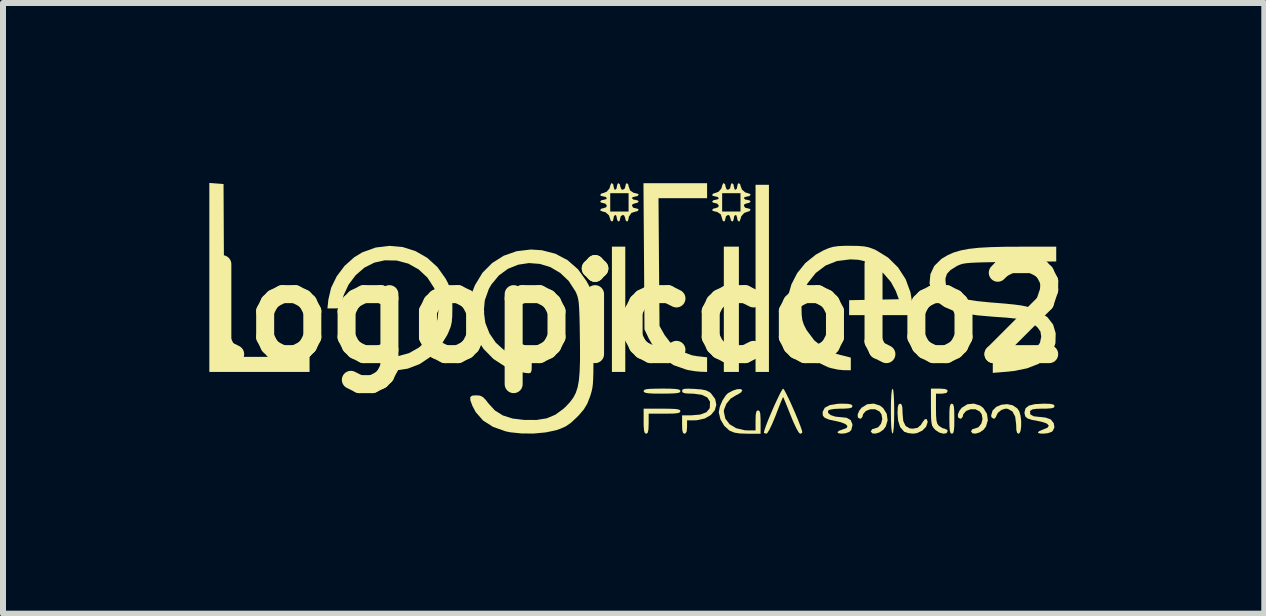
<source format=kicad_pcb>
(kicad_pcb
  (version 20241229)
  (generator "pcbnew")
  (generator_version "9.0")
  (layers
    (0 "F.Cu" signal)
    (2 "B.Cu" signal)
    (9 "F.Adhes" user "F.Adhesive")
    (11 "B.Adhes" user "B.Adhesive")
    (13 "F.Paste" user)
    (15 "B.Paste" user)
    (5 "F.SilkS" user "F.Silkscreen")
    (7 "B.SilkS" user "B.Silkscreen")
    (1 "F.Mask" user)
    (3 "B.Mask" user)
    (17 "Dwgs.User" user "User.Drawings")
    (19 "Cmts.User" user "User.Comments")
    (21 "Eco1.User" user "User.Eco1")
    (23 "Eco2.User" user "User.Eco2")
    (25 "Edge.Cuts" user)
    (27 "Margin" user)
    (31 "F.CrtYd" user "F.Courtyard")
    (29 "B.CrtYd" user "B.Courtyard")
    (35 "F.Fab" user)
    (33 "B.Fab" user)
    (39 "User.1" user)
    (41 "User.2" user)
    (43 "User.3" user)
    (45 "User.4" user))
  (footprint "logopiccolo2"
    (layer "F.Cu")
    (at 7.514 2.176)
    (property "Reference" "logopiccolo2" (at 0 0 0) (layer "F.SilkS") (effects (font (size 1.5 1.5) (thickness 0.3))))
    (attr board_only exclude_from_pos_files exclude_from_bom)
    (fp_poly (pts (xy -0.139 -0.07) (xy -0.139 0.975) (xy -0.251 0.975) (xy -0.362 0.975) (xy -0.362 -0.07) (xy -0.362 -1.114) (xy -0.251 -1.114) (xy -0.139 -1.114)) (stroke (width 0) (type solid)) (fill yes) (layer "F.SilkS"))
    (fp_poly (pts (xy 1.755 -0.07) (xy 1.755 0.975) (xy 1.629 0.975) (xy 1.504 0.975) (xy 1.504 -0.07) (xy 1.504 -1.114) (xy 1.629 -1.114) (xy 1.755 -1.114)) (stroke (width 0) (type solid)) (fill yes) (layer "F.SilkS"))
    (fp_poly (pts (xy 2.256 -0.585) (xy 2.256 0.975) (xy 2.145 0.975) (xy 2.033 0.975) (xy 2.033 -0.585) (xy 2.033 -2.145) (xy 2.145 -2.145) (xy 2.256 -2.145)) (stroke (width 0) (type solid)) (fill yes) (layer "F.SilkS"))
    (fp_poly (pts (xy -6.956 -2.167) (xy -6.837 -2.158) (xy -6.83 -0.717) (xy -6.823 0.724) (xy -6.113 0.724) (xy -5.403 0.724) (xy -5.403 0.849) (xy -5.403 0.975) (xy -6.239 0.975) (xy -7.074 0.975) (xy -7.074 -0.6) (xy -7.074 -2.176)) (stroke (width 0) (type solid)) (fill yes) (layer "F.SilkS"))
    (fp_poly (pts (xy 4.329 1.28) (xy 4.337 1.357) (xy 4.343 1.479) (xy 4.345 1.629) (xy 4.343 1.788) (xy 4.337 1.907) (xy 4.328 1.981) (xy 4.317 2.005) (xy 4.305 1.978) (xy 4.296 1.901) (xy 4.291 1.779) (xy 4.289 1.629) (xy 4.291 1.47) (xy 4.297 1.351) (xy 4.306 1.277) (xy 4.317 1.253)) (stroke (width 0) (type solid)) (fill yes) (layer "F.SilkS"))
    (fp_poly (pts (xy 0.611 1.254) (xy 0.701 1.259) (xy 0.753 1.268) (xy 0.776 1.282) (xy 0.78 1.295) (xy 0.771 1.314) (xy 0.739 1.326) (xy 0.675 1.333) (xy 0.569 1.336) (xy 0.473 1.337) (xy 0.336 1.336) (xy 0.246 1.331) (xy 0.194 1.322) (xy 0.171 1.308) (xy 0.167 1.295) (xy 0.176 1.276) (xy 0.208 1.264) (xy 0.272 1.257) (xy 0.378 1.254) (xy 0.473 1.253)) (stroke (width 0) (type solid)) (fill yes) (layer "F.SilkS"))
    (fp_poly (pts (xy 5.326 1.514) (xy 5.339 1.549) (xy 5.345 1.62) (xy 5.347 1.736) (xy 5.347 1.755) (xy 5.346 1.877) (xy 5.34 1.953) (xy 5.328 1.993) (xy 5.309 2.005) (xy 5.306 2.005) (xy 5.285 1.995) (xy 5.273 1.96) (xy 5.266 1.889) (xy 5.264 1.773) (xy 5.264 1.755) (xy 5.265 1.632) (xy 5.271 1.556) (xy 5.283 1.517) (xy 5.303 1.504) (xy 5.306 1.504)) (stroke (width 0) (type solid)) (fill yes) (layer "F.SilkS"))
    (fp_poly (pts (xy 0.611 1.589) (xy 0.701 1.593) (xy 0.753 1.602) (xy 0.776 1.616) (xy 0.78 1.629) (xy 0.77 1.649) (xy 0.736 1.662) (xy 0.667 1.669) (xy 0.554 1.671) (xy 0.515 1.671) (xy 0.251 1.671) (xy 0.251 1.838) (xy 0.247 1.935) (xy 0.236 1.987) (xy 0.214 2.005) (xy 0.209 2.005) (xy 0.187 1.994) (xy 0.174 1.955) (xy 0.168 1.877) (xy 0.167 1.796) (xy 0.167 1.587) (xy 0.473 1.587)) (stroke (width 0) (type solid)) (fill yes) (layer "F.SilkS"))
    (fp_poly (pts (xy 1.225 -2.047) (xy 1.225 -1.922) (xy 0.82 -1.922) (xy 0.415 -1.922) (xy 0.423 -0.856) (xy 0.432 0.209) (xy 0.518 0.362) (xy 0.634 0.514) (xy 0.787 0.628) (xy 0.97 0.697) (xy 1.063 0.713) (xy 1.225 0.731) (xy 1.225 0.853) (xy 1.225 0.975) (xy 1.121 0.972) (xy 1.03 0.964) (xy 0.92 0.946) (xy 0.874 0.935) (xy 0.664 0.861) (xy 0.491 0.745) (xy 0.349 0.585) (xy 0.253 0.418) (xy 0.181 0.265) (xy 0.173 -0.954) (xy 0.164 -2.172) (xy 0.695 -2.172) (xy 1.225 -2.172)) (stroke (width 0) (type solid)) (fill yes) (layer "F.SilkS"))
    (fp_poly (pts (xy 6.32 1.531) (xy 6.396 1.582) (xy 6.43 1.632) (xy 6.451 1.706) (xy 6.462 1.795) (xy 6.461 1.886) (xy 6.451 1.96) (xy 6.43 2.001) (xy 6.42 2.005) (xy 6.394 1.992) (xy 6.381 1.943) (xy 6.378 1.852) (xy 6.362 1.721) (xy 6.315 1.633) (xy 6.239 1.591) (xy 6.201 1.587) (xy 6.134 1.608) (xy 6.074 1.656) (xy 6.044 1.714) (xy 6.044 1.722) (xy 6.021 1.751) (xy 6.002 1.755) (xy 5.967 1.732) (xy 5.96 1.705) (xy 5.984 1.62) (xy 6.045 1.558) (xy 6.131 1.522) (xy 6.227 1.512)) (stroke (width 0) (type solid)) (fill yes) (layer "F.SilkS"))
    (fp_poly (pts (xy 4.467 1.517) (xy 4.48 1.563) (xy 4.484 1.653) (xy 4.484 1.667) (xy 4.496 1.795) (xy 4.535 1.876) (xy 4.602 1.916) (xy 4.653 1.921) (xy 4.734 1.907) (xy 4.79 1.858) (xy 4.815 1.817) (xy 4.854 1.765) (xy 4.886 1.76) (xy 4.902 1.803) (xy 4.902 1.812) (xy 4.877 1.889) (xy 4.811 1.955) (xy 4.722 1.996) (xy 4.659 2.004) (xy 4.578 1.995) (xy 4.515 1.974) (xy 4.509 1.97) (xy 4.444 1.894) (xy 4.409 1.785) (xy 4.4 1.659) (xy 4.404 1.566) (xy 4.417 1.518) (xy 4.442 1.504) (xy 4.442 1.504)) (stroke (width 0) (type solid)) (fill yes) (layer "F.SilkS"))
    (fp_poly (pts (xy 5.184 1.258) (xy 5.227 1.273) (xy 5.236 1.295) (xy 5.215 1.326) (xy 5.147 1.337) (xy 5.138 1.337) (xy 5.041 1.337) (xy 5.041 1.583) (xy 5.043 1.708) (xy 5.05 1.79) (xy 5.065 1.841) (xy 5.09 1.874) (xy 5.092 1.876) (xy 5.15 1.912) (xy 5.189 1.922) (xy 5.229 1.942) (xy 5.236 1.963) (xy 5.215 1.998) (xy 5.163 2.004) (xy 5.097 1.986) (xy 5.033 1.944) (xy 5.026 1.937) (xy 4.996 1.903) (xy 4.976 1.867) (xy 4.965 1.814) (xy 4.959 1.735) (xy 4.958 1.617) (xy 4.957 1.561) (xy 4.957 1.253) (xy 5.097 1.253)) (stroke (width 0) (type solid)) (fill yes) (layer "F.SilkS"))
    (fp_poly (pts (xy 4.107 1.536) (xy 4.16 1.577) (xy 4.22 1.673) (xy 4.235 1.781) (xy 4.204 1.885) (xy 4.165 1.937) (xy 4.102 1.982) (xy 4.035 2.003) (xy 3.981 2) (xy 3.955 1.969) (xy 3.955 1.963) (xy 3.978 1.929) (xy 4.006 1.922) (xy 4.077 1.898) (xy 4.125 1.839) (xy 4.146 1.761) (xy 4.133 1.682) (xy 4.099 1.634) (xy 4.027 1.597) (xy 3.946 1.597) (xy 3.872 1.626) (xy 3.825 1.68) (xy 3.816 1.722) (xy 3.793 1.751) (xy 3.774 1.755) (xy 3.739 1.735) (xy 3.735 1.686) (xy 3.761 1.623) (xy 3.8 1.572) (xy 3.894 1.514) (xy 4.002 1.503)) (stroke (width 0) (type solid)) (fill yes) (layer "F.SilkS"))
    (fp_poly (pts (xy 5.778 1.536) (xy 5.831 1.577) (xy 5.891 1.673) (xy 5.906 1.781) (xy 5.875 1.885) (xy 5.836 1.937) (xy 5.773 1.982) (xy 5.706 2.003) (xy 5.652 2) (xy 5.626 1.969) (xy 5.626 1.963) (xy 5.649 1.929) (xy 5.677 1.922) (xy 5.748 1.898) (xy 5.796 1.839) (xy 5.817 1.761) (xy 5.804 1.682) (xy 5.77 1.634) (xy 5.698 1.597) (xy 5.617 1.597) (xy 5.543 1.626) (xy 5.496 1.68) (xy 5.487 1.722) (xy 5.464 1.751) (xy 5.445 1.755) (xy 5.41 1.735) (xy 5.406 1.686) (xy 5.432 1.623) (xy 5.471 1.572) (xy 5.565 1.514) (xy 5.673 1.503)) (stroke (width 0) (type solid)) (fill yes) (layer "F.SilkS"))
    (fp_poly (pts (xy 1.015 1.258) (xy 1.131 1.267) (xy 1.208 1.283) (xy 1.263 1.31) (xy 1.291 1.333) (xy 1.36 1.427) (xy 1.379 1.523) (xy 1.353 1.615) (xy 1.288 1.693) (xy 1.187 1.751) (xy 1.057 1.78) (xy 1.01 1.782) (xy 0.891 1.782) (xy 0.891 1.894) (xy 0.884 1.971) (xy 0.861 2.003) (xy 0.849 2.005) (xy 0.824 1.992) (xy 0.811 1.943) (xy 0.808 1.852) (xy 0.808 1.699) (xy 0.96 1.699) (xy 1.109 1.686) (xy 1.212 1.648) (xy 1.266 1.585) (xy 1.27 1.571) (xy 1.274 1.472) (xy 1.229 1.401) (xy 1.136 1.356) (xy 0.994 1.337) (xy 0.96 1.337) (xy 0.869 1.333) (xy 0.822 1.321) (xy 0.808 1.296) (xy 0.808 1.292) (xy 0.815 1.269) (xy 0.846 1.257) (xy 0.91 1.254)) (stroke (width 0) (type solid)) (fill yes) (layer "F.SilkS"))
    (fp_poly (pts (xy 2.512 1.277) (xy 2.547 1.342) (xy 2.593 1.436) (xy 2.644 1.548) (xy 2.696 1.667) (xy 2.744 1.782) (xy 2.782 1.881) (xy 2.807 1.954) (xy 2.813 1.984) (xy 2.791 2.003) (xy 2.775 2.005) (xy 2.75 1.98) (xy 2.711 1.911) (xy 2.662 1.806) (xy 2.618 1.699) (xy 2.571 1.58) (xy 2.531 1.482) (xy 2.504 1.416) (xy 2.492 1.393) (xy 2.481 1.417) (xy 2.453 1.483) (xy 2.414 1.581) (xy 2.369 1.699) (xy 2.312 1.837) (xy 2.264 1.938) (xy 2.228 1.995) (xy 2.212 2.005) (xy 2.176 1.993) (xy 2.172 1.984) (xy 2.183 1.94) (xy 2.211 1.86) (xy 2.252 1.756) (xy 2.301 1.64) (xy 2.353 1.521) (xy 2.404 1.412) (xy 2.447 1.324) (xy 2.479 1.268) (xy 2.493 1.253)) (stroke (width 0) (type solid)) (fill yes) (layer "F.SilkS"))
    (fp_poly (pts (xy 1.812 1.282) (xy 1.792 1.316) (xy 1.733 1.353) (xy 1.711 1.362) (xy 1.618 1.419) (xy 1.546 1.507) (xy 1.507 1.606) (xy 1.504 1.638) (xy 1.529 1.753) (xy 1.6 1.847) (xy 1.709 1.913) (xy 1.849 1.947) (xy 1.905 1.95) (xy 2.033 1.95) (xy 2.033 1.782) (xy 2.036 1.685) (xy 2.048 1.633) (xy 2.07 1.616) (xy 2.075 1.615) (xy 2.098 1.627) (xy 2.111 1.668) (xy 2.116 1.749) (xy 2.117 1.81) (xy 2.117 2.005) (xy 1.901 2.005) (xy 1.772 2.001) (xy 1.681 1.987) (xy 1.61 1.959) (xy 1.593 1.949) (xy 1.509 1.871) (xy 1.447 1.764) (xy 1.421 1.653) (xy 1.42 1.645) (xy 1.438 1.552) (xy 1.482 1.449) (xy 1.54 1.362) (xy 1.574 1.329) (xy 1.653 1.287) (xy 1.726 1.263) (xy 1.79 1.261)) (stroke (width 0) (type solid)) (fill yes) (layer "F.SilkS"))
    (fp_poly (pts (xy 3.574 1.507) (xy 3.628 1.518) (xy 3.648 1.538) (xy 3.648 1.546) (xy 3.637 1.569) (xy 3.595 1.581) (xy 3.514 1.587) (xy 3.455 1.587) (xy 3.345 1.592) (xy 3.27 1.605) (xy 3.242 1.62) (xy 3.243 1.659) (xy 3.287 1.695) (xy 3.362 1.72) (xy 3.433 1.727) (xy 3.549 1.739) (xy 3.619 1.778) (xy 3.647 1.845) (xy 3.648 1.866) (xy 3.629 1.944) (xy 3.595 1.976) (xy 3.533 1.998) (xy 3.465 2.004) (xy 3.414 1.997) (xy 3.398 1.98) (xy 3.422 1.957) (xy 3.48 1.936) (xy 3.483 1.935) (xy 3.55 1.91) (xy 3.566 1.879) (xy 3.533 1.845) (xy 3.456 1.814) (xy 3.376 1.795) (xy 3.259 1.77) (xy 3.188 1.741) (xy 3.155 1.704) (xy 3.151 1.65) (xy 3.152 1.64) (xy 3.187 1.572) (xy 3.272 1.528) (xy 3.406 1.506) (xy 3.474 1.504)) (stroke (width 0) (type solid)) (fill yes) (layer "F.SilkS"))
    (fp_poly (pts (xy 6.94 1.507) (xy 6.996 1.517) (xy 7.017 1.537) (xy 7.018 1.546) (xy 7.007 1.568) (xy 6.966 1.581) (xy 6.885 1.587) (xy 6.823 1.587) (xy 6.714 1.59) (xy 6.649 1.6) (xy 6.616 1.62) (xy 6.61 1.632) (xy 6.613 1.682) (xy 6.668 1.714) (xy 6.771 1.726) (xy 6.782 1.726) (xy 6.872 1.737) (xy 6.947 1.764) (xy 6.957 1.77) (xy 7.005 1.83) (xy 7.016 1.9) (xy 6.987 1.96) (xy 6.965 1.976) (xy 6.907 1.996) (xy 6.836 2.004) (xy 6.774 2.002) (xy 6.741 1.988) (xy 6.74 1.983) (xy 6.764 1.961) (xy 6.822 1.937) (xy 6.83 1.934) (xy 6.903 1.903) (xy 6.922 1.869) (xy 6.89 1.836) (xy 6.807 1.807) (xy 6.754 1.796) (xy 6.638 1.774) (xy 6.567 1.75) (xy 6.531 1.718) (xy 6.518 1.67) (xy 6.517 1.646) (xy 6.535 1.58) (xy 6.591 1.536) (xy 6.691 1.512) (xy 6.839 1.504)) (stroke (width 0) (type solid)) (fill yes) (layer "F.SilkS"))
    (fp_poly (pts (xy -3.849 -1.107) (xy -3.636 -1.039) (xy -3.441 -0.927) (xy -3.271 -0.773) (xy -3.134 -0.58) (xy -3.096 -0.507) (xy -3.06 -0.421) (xy -3.037 -0.342) (xy -3.026 -0.251) (xy -3.022 -0.129) (xy -3.022 -0.084) (xy -3.024 0.048) (xy -3.032 0.143) (xy -3.05 0.222) (xy -3.082 0.303) (xy -3.109 0.362) (xy -3.231 0.56) (xy -3.386 0.723) (xy -3.567 0.844) (xy -3.766 0.92) (xy -3.904 0.942) (xy -4.066 0.954) (xy -4.066 0.843) (xy -4.064 0.774) (xy -4.046 0.74) (xy -3.998 0.723) (xy -3.941 0.715) (xy -3.745 0.662) (xy -3.576 0.566) (xy -3.438 0.435) (xy -3.334 0.276) (xy -3.27 0.097) (xy -3.249 -0.093) (xy -3.276 -0.288) (xy -3.325 -0.423) (xy -3.437 -0.597) (xy -3.584 -0.734) (xy -3.757 -0.831) (xy -3.949 -0.882) (xy -4.15 -0.886) (xy -4.324 -0.847) (xy -4.488 -0.764) (xy -4.634 -0.638) (xy -4.752 -0.481) (xy -4.834 -0.305) (xy -4.859 -0.202) (xy -4.874 -0.128) (xy -4.898 -0.094) (xy -4.948 -0.084) (xy -4.992 -0.084) (xy -5.105 -0.084) (xy -5.089 -0.234) (xy -5.043 -0.429) (xy -4.95 -0.619) (xy -4.82 -0.792) (xy -4.66 -0.936) (xy -4.525 -1.018) (xy -4.301 -1.099) (xy -4.073 -1.127)) (stroke (width 0) (type solid)) (fill yes) (layer "F.SilkS"))
    (fp_poly (pts (xy 3.744 -1.126) (xy 3.843 -1.118) (xy 3.922 -1.102) (xy 3.999 -1.074) (xy 4.045 -1.053) (xy 4.244 -0.93) (xy 4.409 -0.767) (xy 4.535 -0.572) (xy 4.616 -0.352) (xy 4.644 -0.178) (xy 4.659 0.028) (xy 4.126 0.028) (xy 3.593 0.028) (xy 3.593 -0.097) (xy 3.593 -0.221) (xy 4.007 -0.229) (xy 4.422 -0.237) (xy 4.37 -0.377) (xy 4.29 -0.524) (xy 4.169 -0.665) (xy 4.02 -0.784) (xy 3.941 -0.83) (xy 3.842 -0.873) (xy 3.745 -0.895) (xy 3.621 -0.901) (xy 3.607 -0.901) (xy 3.393 -0.875) (xy 3.201 -0.799) (xy 3.037 -0.675) (xy 2.903 -0.506) (xy 2.882 -0.469) (xy 2.838 -0.384) (xy 2.813 -0.308) (xy 2.802 -0.22) (xy 2.799 -0.098) (xy 2.799 -0.097) (xy 2.802 0.023) (xy 2.813 0.11) (xy 2.837 0.185) (xy 2.88 0.27) (xy 2.885 0.279) (xy 3.013 0.45) (xy 3.179 0.582) (xy 3.38 0.673) (xy 3.432 0.688) (xy 3.621 0.736) (xy 3.621 0.842) (xy 3.621 0.947) (xy 3.502 0.946) (xy 3.403 0.936) (xy 3.29 0.911) (xy 3.242 0.896) (xy 3.034 0.798) (xy 2.863 0.665) (xy 2.729 0.504) (xy 2.633 0.321) (xy 2.575 0.125) (xy 2.555 -0.08) (xy 2.574 -0.286) (xy 2.631 -0.485) (xy 2.727 -0.672) (xy 2.863 -0.84) (xy 3.038 -0.981) (xy 3.17 -1.054) (xy 3.253 -1.089) (xy 3.329 -1.111) (xy 3.416 -1.123) (xy 3.531 -1.128) (xy 3.607 -1.128)) (stroke (width 0) (type solid)) (fill yes) (layer "F.SilkS"))
    (fp_poly (pts (xy 7.046 -0.991) (xy 7.046 -0.867) (xy 6.273 -0.858) (xy 6.044 -0.856) (xy 5.864 -0.853) (xy 5.725 -0.849) (xy 5.621 -0.844) (xy 5.544 -0.837) (xy 5.488 -0.828) (xy 5.445 -0.815) (xy 5.409 -0.8) (xy 5.387 -0.789) (xy 5.283 -0.724) (xy 5.224 -0.66) (xy 5.2 -0.586) (xy 5.199 -0.555) (xy 5.209 -0.46) (xy 5.243 -0.383) (xy 5.307 -0.321) (xy 5.404 -0.273) (xy 5.541 -0.235) (xy 5.723 -0.206) (xy 5.954 -0.183) (xy 5.996 -0.18) (xy 6.192 -0.164) (xy 6.343 -0.149) (xy 6.458 -0.134) (xy 6.548 -0.116) (xy 6.624 -0.093) (xy 6.696 -0.063) (xy 6.758 -0.033) (xy 6.901 0.064) (xy 6.994 0.185) (xy 7.037 0.331) (xy 7.033 0.496) (xy 6.985 0.632) (xy 6.888 0.748) (xy 6.745 0.843) (xy 6.559 0.915) (xy 6.334 0.96) (xy 6.232 0.971) (xy 5.988 0.991) (xy 5.988 0.875) (xy 5.988 0.76) (xy 6.212 0.743) (xy 6.42 0.713) (xy 6.584 0.66) (xy 6.704 0.584) (xy 6.775 0.489) (xy 6.796 0.387) (xy 6.783 0.302) (xy 6.737 0.236) (xy 6.711 0.212) (xy 6.649 0.167) (xy 6.578 0.133) (xy 6.489 0.106) (xy 6.372 0.086) (xy 6.218 0.07) (xy 6.018 0.056) (xy 6.014 0.056) (xy 5.735 0.032) (xy 5.506 -0.001) (xy 5.323 -0.048) (xy 5.181 -0.109) (xy 5.075 -0.185) (xy 5.001 -0.28) (xy 4.973 -0.339) (xy 4.934 -0.502) (xy 4.948 -0.654) (xy 5.012 -0.791) (xy 5.126 -0.904) (xy 5.146 -0.919) (xy 5.239 -0.973) (xy 5.339 -1.017) (xy 5.454 -1.051) (xy 5.591 -1.077) (xy 5.756 -1.095) (xy 5.957 -1.106) (xy 6.201 -1.112) (xy 6.441 -1.113) (xy 7.046 -1.114)) (stroke (width 0) (type solid)) (fill yes) (layer "F.SilkS"))
    (fp_poly (pts (xy -0.088 -2.149) (xy -0.084 -2.122) (xy -0.059 -2.051) (xy 0.002 -2.01) (xy 0.033 -2.005) (xy 0.076 -1.992) (xy 0.084 -1.977) (xy 0.06 -1.955) (xy 0.028 -1.95) (xy -0.017 -1.938) (xy -0.028 -1.922) (xy -0.005 -1.899) (xy 0.028 -1.894) (xy 0.073 -1.882) (xy 0.084 -1.866) (xy 0.06 -1.843) (xy 0.028 -1.838) (xy -0.018 -1.821) (xy -0.028 -1.796) (xy -0.005 -1.762) (xy 0.028 -1.755) (xy 0.073 -1.743) (xy 0.084 -1.727) (xy 0.06 -1.703) (xy 0.033 -1.699) (xy -0.038 -1.675) (xy -0.079 -1.614) (xy -0.084 -1.582) (xy -0.096 -1.54) (xy -0.111 -1.532) (xy -0.134 -1.555) (xy -0.139 -1.587) (xy -0.157 -1.633) (xy -0.181 -1.643) (xy -0.215 -1.62) (xy -0.223 -1.587) (xy -0.234 -1.542) (xy -0.251 -1.532) (xy -0.273 -1.555) (xy -0.279 -1.587) (xy -0.29 -1.633) (xy -0.306 -1.643) (xy -0.329 -1.62) (xy -0.334 -1.587) (xy -0.346 -1.542) (xy -0.362 -1.532) (xy -0.386 -1.554) (xy -0.39 -1.576) (xy -0.413 -1.638) (xy -0.468 -1.687) (xy -0.513 -1.699) (xy -0.552 -1.713) (xy -0.557 -1.727) (xy -0.534 -1.749) (xy -0.501 -1.755) (xy -0.456 -1.772) (xy -0.446 -1.796) (xy -0.469 -1.83) (xy -0.501 -1.838) (xy -0.547 -1.85) (xy -0.548 -1.852) (xy -0.39 -1.852) (xy -0.39 -1.699) (xy -0.237 -1.699) (xy -0.084 -1.699) (xy -0.084 -1.852) (xy -0.084 -2.005) (xy -0.237 -2.005) (xy -0.39 -2.005) (xy -0.39 -1.852) (xy -0.548 -1.852) (xy -0.557 -1.866) (xy -0.534 -1.889) (xy -0.501 -1.894) (xy -0.456 -1.906) (xy -0.446 -1.922) (xy -0.469 -1.944) (xy -0.501 -1.95) (xy -0.547 -1.961) (xy -0.557 -1.977) (xy -0.534 -2.002) (xy -0.513 -2.005) (xy -0.45 -2.029) (xy -0.402 -2.084) (xy -0.39 -2.129) (xy -0.375 -2.167) (xy -0.362 -2.172) (xy -0.339 -2.149) (xy -0.334 -2.117) (xy -0.323 -2.071) (xy -0.306 -2.061) (xy -0.284 -2.084) (xy -0.279 -2.117) (xy -0.267 -2.162) (xy -0.251 -2.172) (xy -0.228 -2.149) (xy -0.223 -2.117) (xy -0.205 -2.071) (xy -0.181 -2.061) (xy -0.147 -2.084) (xy -0.139 -2.117) (xy -0.128 -2.162) (xy -0.111 -2.172)) (stroke (width 0) (type solid)) (fill yes) (layer "F.SilkS"))
    (fp_poly (pts (xy 1.779 -2.15) (xy 1.782 -2.129) (xy 1.806 -2.066) (xy 1.861 -2.018) (xy 1.906 -2.005) (xy 1.944 -1.991) (xy 1.95 -1.977) (xy 1.926 -1.955) (xy 1.894 -1.95) (xy 1.849 -1.938) (xy 1.838 -1.922) (xy 1.861 -1.899) (xy 1.894 -1.894) (xy 1.939 -1.882) (xy 1.95 -1.866) (xy 1.926 -1.843) (xy 1.894 -1.838) (xy 1.848 -1.821) (xy 1.838 -1.796) (xy 1.861 -1.762) (xy 1.894 -1.755) (xy 1.939 -1.743) (xy 1.95 -1.727) (xy 1.927 -1.702) (xy 1.906 -1.699) (xy 1.843 -1.675) (xy 1.795 -1.62) (xy 1.782 -1.576) (xy 1.768 -1.537) (xy 1.755 -1.532) (xy 1.732 -1.555) (xy 1.727 -1.587) (xy 1.715 -1.633) (xy 1.699 -1.643) (xy 1.676 -1.62) (xy 1.671 -1.587) (xy 1.659 -1.542) (xy 1.643 -1.532) (xy 1.621 -1.555) (xy 1.615 -1.587) (xy 1.598 -1.633) (xy 1.574 -1.643) (xy 1.54 -1.62) (xy 1.532 -1.587) (xy 1.52 -1.542) (xy 1.504 -1.532) (xy 1.481 -1.555) (xy 1.476 -1.582) (xy 1.452 -1.653) (xy 1.391 -1.694) (xy 1.359 -1.699) (xy 1.317 -1.712) (xy 1.309 -1.727) (xy 1.332 -1.749) (xy 1.365 -1.755) (xy 1.41 -1.772) (xy 1.42 -1.796) (xy 1.397 -1.83) (xy 1.365 -1.838) (xy 1.319 -1.85) (xy 1.318 -1.852) (xy 1.476 -1.852) (xy 1.476 -1.699) (xy 1.629 -1.699) (xy 1.782 -1.699) (xy 1.782 -1.852) (xy 1.782 -2.005) (xy 1.629 -2.005) (xy 1.476 -2.005) (xy 1.476 -1.852) (xy 1.318 -1.852) (xy 1.309 -1.866) (xy 1.332 -1.889) (xy 1.365 -1.894) (xy 1.41 -1.906) (xy 1.42 -1.922) (xy 1.397 -1.944) (xy 1.365 -1.95) (xy 1.319 -1.961) (xy 1.309 -1.977) (xy 1.332 -2.002) (xy 1.353 -2.005) (xy 1.416 -2.029) (xy 1.464 -2.084) (xy 1.476 -2.129) (xy 1.491 -2.167) (xy 1.504 -2.172) (xy 1.527 -2.149) (xy 1.532 -2.117) (xy 1.549 -2.071) (xy 1.574 -2.061) (xy 1.608 -2.084) (xy 1.615 -2.117) (xy 1.627 -2.162) (xy 1.643 -2.172) (xy 1.666 -2.149) (xy 1.671 -2.117) (xy 1.683 -2.071) (xy 1.699 -2.061) (xy 1.722 -2.084) (xy 1.727 -2.117) (xy 1.738 -2.162) (xy 1.755 -2.172)) (stroke (width 0) (type solid)) (fill yes) (layer "F.SilkS"))
    (fp_poly (pts (xy -1.532 -1.054) (xy -1.305 -0.996) (xy -1.102 -0.889) (xy -0.928 -0.737) (xy -0.788 -0.543) (xy -0.777 -0.523) (xy -0.682 -0.348) (xy -0.674 0.427) (xy -0.671 0.656) (xy -0.67 0.838) (xy -0.671 0.98) (xy -0.674 1.088) (xy -0.679 1.172) (xy -0.687 1.238) (xy -0.699 1.295) (xy -0.715 1.35) (xy -0.727 1.387) (xy -0.773 1.505) (xy -0.831 1.601) (xy -0.916 1.7) (xy -0.947 1.731) (xy -1.044 1.822) (xy -1.13 1.882) (xy -1.228 1.925) (xy -1.293 1.947) (xy -1.463 1.983) (xy -1.662 2.002) (xy -1.868 2.001) (xy -2.059 1.981) (xy -2.131 1.966) (xy -2.342 1.892) (xy -2.509 1.786) (xy -2.632 1.646) (xy -2.689 1.539) (xy -2.722 1.448) (xy -2.724 1.395) (xy -2.692 1.37) (xy -2.625 1.365) (xy -2.561 1.37) (xy -2.512 1.394) (xy -2.461 1.447) (xy -2.423 1.497) (xy -2.313 1.617) (xy -2.181 1.7) (xy -2.018 1.752) (xy -1.829 1.775) (xy -1.621 1.776) (xy -1.45 1.749) (xy -1.304 1.688) (xy -1.172 1.591) (xy -1.129 1.551) (xy -1.06 1.477) (xy -1.005 1.403) (xy -0.964 1.324) (xy -0.933 1.23) (xy -0.912 1.114) (xy -0.9 0.97) (xy -0.894 0.789) (xy -0.894 0.564) (xy -0.896 0.404) (xy -0.899 0.197) (xy -0.903 0.037) (xy -0.908 -0.083) (xy -0.914 -0.172) (xy -0.924 -0.238) (xy -0.937 -0.289) (xy -0.954 -0.334) (xy -0.968 -0.365) (xy -1.082 -0.541) (xy -1.224 -0.676) (xy -1.387 -0.772) (xy -1.563 -0.826) (xy -1.745 -0.84) (xy -1.924 -0.813) (xy -2.094 -0.745) (xy -2.245 -0.635) (xy -2.371 -0.483) (xy -2.414 -0.408) (xy -2.481 -0.22) (xy -2.499 -0.028) (xy -2.472 0.159) (xy -2.403 0.333) (xy -2.298 0.487) (xy -2.16 0.612) (xy -1.993 0.701) (xy -1.831 0.741) (xy -1.699 0.759) (xy -1.699 0.881) (xy -1.701 0.947) (xy -1.713 0.985) (xy -1.747 0.998) (xy -1.814 0.99) (xy -1.923 0.965) (xy -1.926 0.965) (xy -2.142 0.886) (xy -2.337 0.759) (xy -2.502 0.591) (xy -2.631 0.388) (xy -2.641 0.367) (xy -2.678 0.281) (xy -2.7 0.202) (xy -2.712 0.111) (xy -2.715 -0.012) (xy -2.715 -0.056) (xy -2.713 -0.191) (xy -2.704 -0.29) (xy -2.685 -0.37) (xy -2.653 -0.452) (xy -2.642 -0.477) (xy -2.519 -0.679) (xy -2.358 -0.841) (xy -2.167 -0.962) (xy -1.95 -1.038) (xy -1.713 -1.066)) (stroke (width 0) (type solid)) (fill yes) (layer "F.SilkS")))
  (gr_rect
    (start -3 -3)
    (end 18.029 7.181)
    (stroke (width 0.1) (type default))
    (fill no)
    (layer "Edge.Cuts")))
</source>
